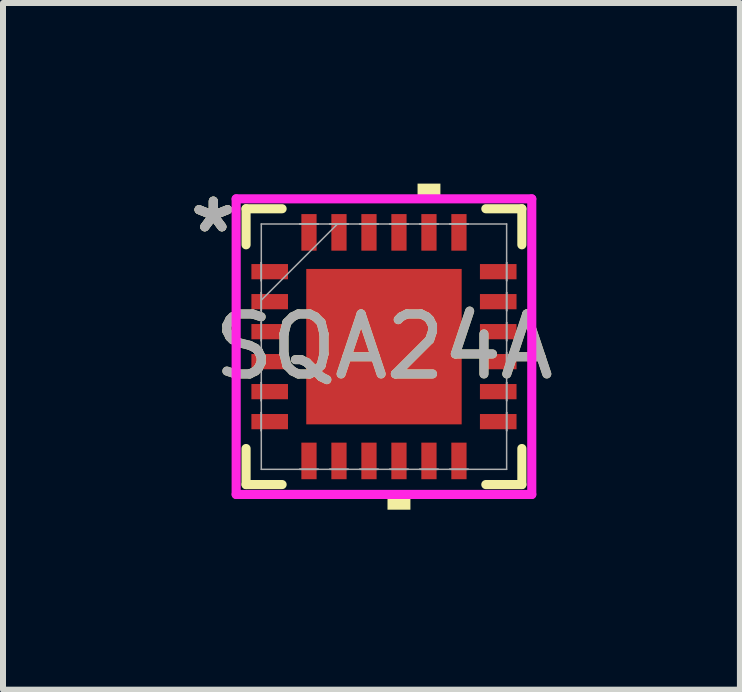
<source format=kicad_pcb>
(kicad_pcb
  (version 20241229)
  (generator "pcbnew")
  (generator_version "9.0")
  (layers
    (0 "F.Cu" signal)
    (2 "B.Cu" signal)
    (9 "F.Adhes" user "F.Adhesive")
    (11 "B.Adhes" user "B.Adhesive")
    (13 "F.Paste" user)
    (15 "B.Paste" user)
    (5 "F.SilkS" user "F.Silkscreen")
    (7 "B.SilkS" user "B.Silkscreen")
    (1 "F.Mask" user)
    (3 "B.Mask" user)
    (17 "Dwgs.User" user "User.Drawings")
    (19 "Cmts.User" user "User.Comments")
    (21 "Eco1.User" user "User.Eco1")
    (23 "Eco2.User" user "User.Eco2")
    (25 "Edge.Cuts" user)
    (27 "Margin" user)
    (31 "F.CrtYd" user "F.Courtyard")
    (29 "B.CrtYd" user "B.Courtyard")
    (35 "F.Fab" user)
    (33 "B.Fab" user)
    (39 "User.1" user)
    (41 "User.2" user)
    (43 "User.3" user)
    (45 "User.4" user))
  (footprint "SQA24A"
    (layer "F.Cu")
    (at 3.351 2.729)
    (property "Reference" "SQA24A" (at 0 0 0) (unlocked yes) (layer "F.SilkS") (effects (font (size 1 1) (thickness 0.15))))
    (attr smd)
    (fp_line (start -2.299 -2.299) (end -2.299 -1.698) (stroke (width 0.152) (type solid)) (layer "F.SilkS"))
    (fp_line (start -2.299 1.698) (end -2.299 2.299) (stroke (width 0.152) (type solid)) (layer "F.SilkS"))
    (fp_line (start -2.299 2.299) (end -1.698 2.299) (stroke (width 0.152) (type solid)) (layer "F.SilkS"))
    (fp_line (start -1.698 -2.299) (end -2.299 -2.299) (stroke (width 0.152) (type solid)) (layer "F.SilkS"))
    (fp_line (start 1.698 2.299) (end 2.299 2.299) (stroke (width 0.152) (type solid)) (layer "F.SilkS"))
    (fp_line (start 2.299 -2.299) (end 1.698 -2.299) (stroke (width 0.152) (type solid)) (layer "F.SilkS"))
    (fp_line (start 2.299 -1.698) (end 2.299 -2.299) (stroke (width 0.152) (type solid)) (layer "F.SilkS"))
    (fp_line (start 2.299 2.299) (end 2.299 1.698) (stroke (width 0.152) (type solid)) (layer "F.SilkS"))
    (fp_poly (pts (xy 0.059 2.464) (xy 0.059 2.718) (xy 0.441 2.718) (xy 0.441 2.464)) (stroke (width 0) (type solid)) (fill yes) (layer "F.SilkS"))
    (fp_poly (pts (xy 0.56 -2.464) (xy 0.56 -2.718) (xy 0.941 -2.718) (xy 0.941 -2.464)) (stroke (width 0) (type solid)) (fill yes) (layer "F.SilkS"))
    (fp_poly (pts (xy -2.413 -1.377) (xy -2.413 -1.123) (xy -1.803 -1.123) (xy -1.803 -1.377)) (stroke (width 0) (type solid)) (fill yes) (layer "F.Paste"))
    (fp_poly (pts (xy -2.413 -0.877) (xy -2.413 -0.623) (xy -1.803 -0.623) (xy -1.803 -0.877)) (stroke (width 0) (type solid)) (fill yes) (layer "F.Paste"))
    (fp_poly (pts (xy -2.413 -0.377) (xy -2.413 -0.123) (xy -1.803 -0.123) (xy -1.803 -0.377)) (stroke (width 0) (type solid)) (fill yes) (layer "F.Paste"))
    (fp_poly (pts (xy -2.413 0.123) (xy -2.413 0.377) (xy -1.803 0.377) (xy -1.803 0.123)) (stroke (width 0) (type solid)) (fill yes) (layer "F.Paste"))
    (fp_poly (pts (xy -2.413 0.623) (xy -2.413 0.877) (xy -1.803 0.877) (xy -1.803 0.623)) (stroke (width 0) (type solid)) (fill yes) (layer "F.Paste"))
    (fp_poly (pts (xy -2.413 1.123) (xy -2.413 1.377) (xy -1.803 1.377) (xy -1.803 1.123)) (stroke (width 0) (type solid)) (fill yes) (layer "F.Paste"))
    (fp_poly (pts (xy -1.377 -2.413) (xy -1.377 -1.803) (xy -1.123 -1.803) (xy -1.123 -2.413)) (stroke (width 0) (type solid)) (fill yes) (layer "F.Paste"))
    (fp_poly (pts (xy -1.377 1.803) (xy -1.377 2.413) (xy -1.123 2.413) (xy -1.123 1.803)) (stroke (width 0) (type solid)) (fill yes) (layer "F.Paste"))
    (fp_poly (pts (xy -1.192 -1.192) (xy -1.192 -0.1) (xy -0.1 -0.1) (xy -0.1 -1.192)) (stroke (width 0) (type solid)) (fill yes) (layer "F.Paste"))
    (fp_poly (pts (xy -1.192 0.1) (xy -1.192 1.192) (xy -0.1 1.192) (xy -0.1 0.1)) (stroke (width 0) (type solid)) (fill yes) (layer "F.Paste"))
    (fp_poly (pts (xy -0.877 -2.413) (xy -0.877 -1.803) (xy -0.623 -1.803) (xy -0.623 -2.413)) (stroke (width 0) (type solid)) (fill yes) (layer "F.Paste"))
    (fp_poly (pts (xy -0.877 1.803) (xy -0.877 2.413) (xy -0.623 2.413) (xy -0.623 1.803)) (stroke (width 0) (type solid)) (fill yes) (layer "F.Paste"))
    (fp_poly (pts (xy -0.377 -2.413) (xy -0.377 -1.803) (xy -0.123 -1.803) (xy -0.123 -2.413)) (stroke (width 0) (type solid)) (fill yes) (layer "F.Paste"))
    (fp_poly (pts (xy -0.377 1.803) (xy -0.377 2.413) (xy -0.123 2.413) (xy -0.123 1.803)) (stroke (width 0) (type solid)) (fill yes) (layer "F.Paste"))
    (fp_poly (pts (xy 0.1 -1.192) (xy 0.1 -0.1) (xy 1.192 -0.1) (xy 1.192 -1.192)) (stroke (width 0) (type solid)) (fill yes) (layer "F.Paste"))
    (fp_poly (pts (xy 0.1 0.1) (xy 0.1 1.192) (xy 1.192 1.192) (xy 1.192 0.1)) (stroke (width 0) (type solid)) (fill yes) (layer "F.Paste"))
    (fp_poly (pts (xy 0.123 -2.413) (xy 0.123 -1.803) (xy 0.377 -1.803) (xy 0.377 -2.413)) (stroke (width 0) (type solid)) (fill yes) (layer "F.Paste"))
    (fp_poly (pts (xy 0.123 1.803) (xy 0.123 2.413) (xy 0.377 2.413) (xy 0.377 1.803)) (stroke (width 0) (type solid)) (fill yes) (layer "F.Paste"))
    (fp_poly (pts (xy 0.623 -2.413) (xy 0.623 -1.803) (xy 0.877 -1.803) (xy 0.877 -2.413)) (stroke (width 0) (type solid)) (fill yes) (layer "F.Paste"))
    (fp_poly (pts (xy 0.623 1.803) (xy 0.623 2.413) (xy 0.877 2.413) (xy 0.877 1.803)) (stroke (width 0) (type solid)) (fill yes) (layer "F.Paste"))
    (fp_poly (pts (xy 1.123 -2.413) (xy 1.123 -1.803) (xy 1.377 -1.803) (xy 1.377 -2.413)) (stroke (width 0) (type solid)) (fill yes) (layer "F.Paste"))
    (fp_poly (pts (xy 1.123 1.803) (xy 1.123 2.413) (xy 1.377 2.413) (xy 1.377 1.803)) (stroke (width 0) (type solid)) (fill yes) (layer "F.Paste"))
    (fp_poly (pts (xy 1.803 -1.377) (xy 1.803 -1.123) (xy 2.413 -1.123) (xy 2.413 -1.377)) (stroke (width 0) (type solid)) (fill yes) (layer "F.Paste"))
    (fp_poly (pts (xy 1.803 -0.877) (xy 1.803 -0.623) (xy 2.413 -0.623) (xy 2.413 -0.877)) (stroke (width 0) (type solid)) (fill yes) (layer "F.Paste"))
    (fp_poly (pts (xy 1.803 -0.377) (xy 1.803 -0.123) (xy 2.413 -0.123) (xy 2.413 -0.377)) (stroke (width 0) (type solid)) (fill yes) (layer "F.Paste"))
    (fp_poly (pts (xy 1.803 0.123) (xy 1.803 0.377) (xy 2.413 0.377) (xy 2.413 0.123)) (stroke (width 0) (type solid)) (fill yes) (layer "F.Paste"))
    (fp_poly (pts (xy 1.803 0.623) (xy 1.803 0.877) (xy 2.413 0.877) (xy 2.413 0.623)) (stroke (width 0) (type solid)) (fill yes) (layer "F.Paste"))
    (fp_poly (pts (xy 1.803 1.123) (xy 1.803 1.377) (xy 2.413 1.377) (xy 2.413 1.123)) (stroke (width 0) (type solid)) (fill yes) (layer "F.Paste"))
    (fp_line (start -2.464 -2.464) (end 2.464 -2.464) (stroke (width 0.152) (type solid)) (layer "F.CrtYd"))
    (fp_line (start -2.464 2.464) (end -2.464 -2.464) (stroke (width 0.152) (type solid)) (layer "F.CrtYd"))
    (fp_line (start 2.464 -2.464) (end 2.464 2.464) (stroke (width 0.152) (type solid)) (layer "F.CrtYd"))
    (fp_line (start 2.464 2.464) (end -2.464 2.464) (stroke (width 0.152) (type solid)) (layer "F.CrtYd"))
    (fp_line (start -2.045 -2.045) (end -2.045 2.045) (stroke (width 0.025) (type solid)) (layer "F.Fab"))
    (fp_line (start -2.045 -1.402) (end -2.045 -1.402) (stroke (width 0.025) (type solid)) (layer "F.Fab"))
    (fp_line (start -2.045 -1.402) (end -2.045 -1.098) (stroke (width 0.025) (type solid)) (layer "F.Fab"))
    (fp_line (start -2.045 -1.098) (end -2.045 -1.402) (stroke (width 0.025) (type solid)) (layer "F.Fab"))
    (fp_line (start -2.045 -1.098) (end -2.045 -1.098) (stroke (width 0.025) (type solid)) (layer "F.Fab"))
    (fp_line (start -2.045 -0.902) (end -2.045 -0.902) (stroke (width 0.025) (type solid)) (layer "F.Fab"))
    (fp_line (start -2.045 -0.902) (end -2.045 -0.598) (stroke (width 0.025) (type solid)) (layer "F.Fab"))
    (fp_line (start -2.045 -0.775) (end -0.775 -2.045) (stroke (width 0.025) (type solid)) (layer "F.Fab"))
    (fp_line (start -2.045 -0.598) (end -2.045 -0.902) (stroke (width 0.025) (type solid)) (layer "F.Fab"))
    (fp_line (start -2.045 -0.598) (end -2.045 -0.598) (stroke (width 0.025) (type solid)) (layer "F.Fab"))
    (fp_line (start -2.045 -0.402) (end -2.045 -0.402) (stroke (width 0.025) (type solid)) (layer "F.Fab"))
    (fp_line (start -2.045 -0.402) (end -2.045 -0.098) (stroke (width 0.025) (type solid)) (layer "F.Fab"))
    (fp_line (start -2.045 -0.098) (end -2.045 -0.402) (stroke (width 0.025) (type solid)) (layer "F.Fab"))
    (fp_line (start -2.045 -0.098) (end -2.045 -0.098) (stroke (width 0.025) (type solid)) (layer "F.Fab"))
    (fp_line (start -2.045 0.098) (end -2.045 0.098) (stroke (width 0.025) (type solid)) (layer "F.Fab"))
    (fp_line (start -2.045 0.098) (end -2.045 0.402) (stroke (width 0.025) (type solid)) (layer "F.Fab"))
    (fp_line (start -2.045 0.402) (end -2.045 0.098) (stroke (width 0.025) (type solid)) (layer "F.Fab"))
    (fp_line (start -2.045 0.402) (end -2.045 0.402) (stroke (width 0.025) (type solid)) (layer "F.Fab"))
    (fp_line (start -2.045 0.598) (end -2.045 0.598) (stroke (width 0.025) (type solid)) (layer "F.Fab"))
    (fp_line (start -2.045 0.598) (end -2.045 0.902) (stroke (width 0.025) (type solid)) (layer "F.Fab"))
    (fp_line (start -2.045 0.902) (end -2.045 0.598) (stroke (width 0.025) (type solid)) (layer "F.Fab"))
    (fp_line (start -2.045 0.902) (end -2.045 0.902) (stroke (width 0.025) (type solid)) (layer "F.Fab"))
    (fp_line (start -2.045 1.098) (end -2.045 1.098) (stroke (width 0.025) (type solid)) (layer "F.Fab"))
    (fp_line (start -2.045 1.098) (end -2.045 1.402) (stroke (width 0.025) (type solid)) (layer "F.Fab"))
    (fp_line (start -2.045 1.402) (end -2.045 1.098) (stroke (width 0.025) (type solid)) (layer "F.Fab"))
    (fp_line (start -2.045 1.402) (end -2.045 1.402) (stroke (width 0.025) (type solid)) (layer "F.Fab"))
    (fp_line (start -2.045 2.045) (end 2.045 2.045) (stroke (width 0.025) (type solid)) (layer "F.Fab"))
    (fp_line (start -1.402 -2.045) (end -1.402 -2.045) (stroke (width 0.025) (type solid)) (layer "F.Fab"))
    (fp_line (start -1.402 -2.045) (end -1.098 -2.045) (stroke (width 0.025) (type solid)) (layer "F.Fab"))
    (fp_line (start -1.402 2.045) (end -1.402 2.045) (stroke (width 0.025) (type solid)) (layer "F.Fab"))
    (fp_line (start -1.402 2.045) (end -1.098 2.045) (stroke (width 0.025) (type solid)) (layer "F.Fab"))
    (fp_line (start -1.098 -2.045) (end -1.402 -2.045) (stroke (width 0.025) (type solid)) (layer "F.Fab"))
    (fp_line (start -1.098 -2.045) (end -1.098 -2.045) (stroke (width 0.025) (type solid)) (layer "F.Fab"))
    (fp_line (start -1.098 2.045) (end -1.402 2.045) (stroke (width 0.025) (type solid)) (layer "F.Fab"))
    (fp_line (start -1.098 2.045) (end -1.098 2.045) (stroke (width 0.025) (type solid)) (layer "F.Fab"))
    (fp_line (start -0.902 -2.045) (end -0.902 -2.045) (stroke (width 0.025) (type solid)) (layer "F.Fab"))
    (fp_line (start -0.902 -2.045) (end -0.598 -2.045) (stroke (width 0.025) (type solid)) (layer "F.Fab"))
    (fp_line (start -0.902 2.045) (end -0.902 2.045) (stroke (width 0.025) (type solid)) (layer "F.Fab"))
    (fp_line (start -0.902 2.045) (end -0.598 2.045) (stroke (width 0.025) (type solid)) (layer "F.Fab"))
    (fp_line (start -0.598 -2.045) (end -0.902 -2.045) (stroke (width 0.025) (type solid)) (layer "F.Fab"))
    (fp_line (start -0.598 -2.045) (end -0.598 -2.045) (stroke (width 0.025) (type solid)) (layer "F.Fab"))
    (fp_line (start -0.598 2.045) (end -0.902 2.045) (stroke (width 0.025) (type solid)) (layer "F.Fab"))
    (fp_line (start -0.598 2.045) (end -0.598 2.045) (stroke (width 0.025) (type solid)) (layer "F.Fab"))
    (fp_line (start -0.402 -2.045) (end -0.402 -2.045) (stroke (width 0.025) (type solid)) (layer "F.Fab"))
    (fp_line (start -0.402 -2.045) (end -0.098 -2.045) (stroke (width 0.025) (type solid)) (layer "F.Fab"))
    (fp_line (start -0.402 2.045) (end -0.402 2.045) (stroke (width 0.025) (type solid)) (layer "F.Fab"))
    (fp_line (start -0.402 2.045) (end -0.098 2.045) (stroke (width 0.025) (type solid)) (layer "F.Fab"))
    (fp_line (start -0.098 -2.045) (end -0.402 -2.045) (stroke (width 0.025) (type solid)) (layer "F.Fab"))
    (fp_line (start -0.098 -2.045) (end -0.098 -2.045) (stroke (width 0.025) (type solid)) (layer "F.Fab"))
    (fp_line (start -0.098 2.045) (end -0.402 2.045) (stroke (width 0.025) (type solid)) (layer "F.Fab"))
    (fp_line (start -0.098 2.045) (end -0.098 2.045) (stroke (width 0.025) (type solid)) (layer "F.Fab"))
    (fp_line (start 0.098 -2.045) (end 0.098 -2.045) (stroke (width 0.025) (type solid)) (layer "F.Fab"))
    (fp_line (start 0.098 -2.045) (end 0.402 -2.045) (stroke (width 0.025) (type solid)) (layer "F.Fab"))
    (fp_line (start 0.098 2.045) (end 0.098 2.045) (stroke (width 0.025) (type solid)) (layer "F.Fab"))
    (fp_line (start 0.098 2.045) (end 0.402 2.045) (stroke (width 0.025) (type solid)) (layer "F.Fab"))
    (fp_line (start 0.402 -2.045) (end 0.098 -2.045) (stroke (width 0.025) (type solid)) (layer "F.Fab"))
    (fp_line (start 0.402 -2.045) (end 0.402 -2.045) (stroke (width 0.025) (type solid)) (layer "F.Fab"))
    (fp_line (start 0.402 2.045) (end 0.098 2.045) (stroke (width 0.025) (type solid)) (layer "F.Fab"))
    (fp_line (start 0.402 2.045) (end 0.402 2.045) (stroke (width 0.025) (type solid)) (layer "F.Fab"))
    (fp_line (start 0.598 -2.045) (end 0.598 -2.045) (stroke (width 0.025) (type solid)) (layer "F.Fab"))
    (fp_line (start 0.598 -2.045) (end 0.902 -2.045) (stroke (width 0.025) (type solid)) (layer "F.Fab"))
    (fp_line (start 0.598 2.045) (end 0.598 2.045) (stroke (width 0.025) (type solid)) (layer "F.Fab"))
    (fp_line (start 0.598 2.045) (end 0.902 2.045) (stroke (width 0.025) (type solid)) (layer "F.Fab"))
    (fp_line (start 0.902 -2.045) (end 0.598 -2.045) (stroke (width 0.025) (type solid)) (layer "F.Fab"))
    (fp_line (start 0.902 -2.045) (end 0.902 -2.045) (stroke (width 0.025) (type solid)) (layer "F.Fab"))
    (fp_line (start 0.902 2.045) (end 0.598 2.045) (stroke (width 0.025) (type solid)) (layer "F.Fab"))
    (fp_line (start 0.902 2.045) (end 0.902 2.045) (stroke (width 0.025) (type solid)) (layer "F.Fab"))
    (fp_line (start 1.098 -2.045) (end 1.098 -2.045) (stroke (width 0.025) (type solid)) (layer "F.Fab"))
    (fp_line (start 1.098 -2.045) (end 1.402 -2.045) (stroke (width 0.025) (type solid)) (layer "F.Fab"))
    (fp_line (start 1.098 2.045) (end 1.098 2.045) (stroke (width 0.025) (type solid)) (layer "F.Fab"))
    (fp_line (start 1.098 2.045) (end 1.402 2.045) (stroke (width 0.025) (type solid)) (layer "F.Fab"))
    (fp_line (start 1.402 -2.045) (end 1.098 -2.045) (stroke (width 0.025) (type solid)) (layer "F.Fab"))
    (fp_line (start 1.402 -2.045) (end 1.402 -2.045) (stroke (width 0.025) (type solid)) (layer "F.Fab"))
    (fp_line (start 1.402 2.045) (end 1.098 2.045) (stroke (width 0.025) (type solid)) (layer "F.Fab"))
    (fp_line (start 1.402 2.045) (end 1.402 2.045) (stroke (width 0.025) (type solid)) (layer "F.Fab"))
    (fp_line (start 2.045 -2.045) (end -2.045 -2.045) (stroke (width 0.025) (type solid)) (layer "F.Fab"))
    (fp_line (start 2.045 -1.402) (end 2.045 -1.402) (stroke (width 0.025) (type solid)) (layer "F.Fab"))
    (fp_line (start 2.045 -1.402) (end 2.045 -1.098) (stroke (width 0.025) (type solid)) (layer "F.Fab"))
    (fp_line (start 2.045 -1.098) (end 2.045 -1.402) (stroke (width 0.025) (type solid)) (layer "F.Fab"))
    (fp_line (start 2.045 -1.098) (end 2.045 -1.098) (stroke (width 0.025) (type solid)) (layer "F.Fab"))
    (fp_line (start 2.045 -0.902) (end 2.045 -0.902) (stroke (width 0.025) (type solid)) (layer "F.Fab"))
    (fp_line (start 2.045 -0.902) (end 2.045 -0.598) (stroke (width 0.025) (type solid)) (layer "F.Fab"))
    (fp_line (start 2.045 -0.598) (end 2.045 -0.902) (stroke (width 0.025) (type solid)) (layer "F.Fab"))
    (fp_line (start 2.045 -0.598) (end 2.045 -0.598) (stroke (width 0.025) (type solid)) (layer "F.Fab"))
    (fp_line (start 2.045 -0.402) (end 2.045 -0.402) (stroke (width 0.025) (type solid)) (layer "F.Fab"))
    (fp_line (start 2.045 -0.402) (end 2.045 -0.098) (stroke (width 0.025) (type solid)) (layer "F.Fab"))
    (fp_line (start 2.045 -0.098) (end 2.045 -0.402) (stroke (width 0.025) (type solid)) (layer "F.Fab"))
    (fp_line (start 2.045 -0.098) (end 2.045 -0.098) (stroke (width 0.025) (type solid)) (layer "F.Fab"))
    (fp_line (start 2.045 0.098) (end 2.045 0.098) (stroke (width 0.025) (type solid)) (layer "F.Fab"))
    (fp_line (start 2.045 0.098) (end 2.045 0.402) (stroke (width 0.025) (type solid)) (layer "F.Fab"))
    (fp_line (start 2.045 0.402) (end 2.045 0.098) (stroke (width 0.025) (type solid)) (layer "F.Fab"))
    (fp_line (start 2.045 0.402) (end 2.045 0.402) (stroke (width 0.025) (type solid)) (layer "F.Fab"))
    (fp_line (start 2.045 0.598) (end 2.045 0.598) (stroke (width 0.025) (type solid)) (layer "F.Fab"))
    (fp_line (start 2.045 0.598) (end 2.045 0.902) (stroke (width 0.025) (type solid)) (layer "F.Fab"))
    (fp_line (start 2.045 0.902) (end 2.045 0.598) (stroke (width 0.025) (type solid)) (layer "F.Fab"))
    (fp_line (start 2.045 0.902) (end 2.045 0.902) (stroke (width 0.025) (type solid)) (layer "F.Fab"))
    (fp_line (start 2.045 1.098) (end 2.045 1.098) (stroke (width 0.025) (type solid)) (layer "F.Fab"))
    (fp_line (start 2.045 1.098) (end 2.045 1.402) (stroke (width 0.025) (type solid)) (layer "F.Fab"))
    (fp_line (start 2.045 1.402) (end 2.045 1.098) (stroke (width 0.025) (type solid)) (layer "F.Fab"))
    (fp_line (start 2.045 1.402) (end 2.045 1.402) (stroke (width 0.025) (type solid)) (layer "F.Fab"))
    (fp_line (start 2.045 2.045) (end 2.045 -2.045) (stroke (width 0.025) (type solid)) (layer "F.Fab"))
    (fp_text user "*" (at -2.845 -1.881 0) (unlocked yes) (layer "F.SilkS") (effects (font (size 1 1) (thickness 0.15))))
    (fp_text user "*" (at -2.845 -1.881 0) (layer "F.SilkS") (effects (font (size 1 1) (thickness 0.15))))
    (fp_text user "${REFERENCE}" (at 0 0 0) (unlocked yes) (layer "F.Fab") (effects (font (size 1 1) (thickness 0.15))))
    (fp_text user "*" (at -2.845 -1.881 0) (unlocked yes) (layer "F.Fab") (effects (font (size 1 1) (thickness 0.15))))
    (fp_text user "*" (at -2.845 -1.881 0) (layer "F.Fab") (effects (font (size 1 1) (thickness 0.15))))
    (pad "1" smd rect (at -1.905 -1.25 90) (size 0.254 0.61) (layers "F.Cu" "F.Mask"))
    (pad "2" smd rect (at -1.905 -0.75 90) (size 0.254 0.61) (layers "F.Cu" "F.Mask"))
    (pad "3" smd rect (at -1.905 -0.25 90) (size 0.254 0.61) (layers "F.Cu" "F.Mask"))
    (pad "4" smd rect (at -1.905 0.25 90) (size 0.254 0.61) (layers "F.Cu" "F.Mask"))
    (pad "5" smd rect (at -1.905 0.75 90) (size 0.254 0.61) (layers "F.Cu" "F.Mask"))
    (pad "6" smd rect (at -1.905 1.25 90) (size 0.254 0.61) (layers "F.Cu" "F.Mask"))
    (pad "7" smd rect (at -1.25 1.905) (size 0.254 0.61) (layers "F.Cu" "F.Mask"))
    (pad "8" smd rect (at -0.75 1.905) (size 0.254 0.61) (layers "F.Cu" "F.Mask"))
    (pad "9" smd rect (at -0.25 1.905) (size 0.254 0.61) (layers "F.Cu" "F.Mask"))
    (pad "10" smd rect (at 0.25 1.905) (size 0.254 0.61) (layers "F.Cu" "F.Mask"))
    (pad "11" smd rect (at 0.75 1.905) (size 0.254 0.61) (layers "F.Cu" "F.Mask"))
    (pad "12" smd rect (at 1.25 1.905) (size 0.254 0.61) (layers "F.Cu" "F.Mask"))
    (pad "13" smd rect (at 1.905 1.25 90) (size 0.254 0.61) (layers "F.Cu" "F.Mask"))
    (pad "14" smd rect (at 1.905 0.75 90) (size 0.254 0.61) (layers "F.Cu" "F.Mask"))
    (pad "15" smd rect (at 1.905 0.25 90) (size 0.254 0.61) (layers "F.Cu" "F.Mask"))
    (pad "16" smd rect (at 1.905 -0.25 90) (size 0.254 0.61) (layers "F.Cu" "F.Mask"))
    (pad "17" smd rect (at 1.905 -0.75 90) (size 0.254 0.61) (layers "F.Cu" "F.Mask"))
    (pad "18" smd rect (at 1.905 -1.25 90) (size 0.254 0.61) (layers "F.Cu" "F.Mask"))
    (pad "19" smd rect (at 1.25 -1.905) (size 0.254 0.61) (layers "F.Cu" "F.Mask"))
    (pad "20" smd rect (at 0.75 -1.905) (size 0.254 0.61) (layers "F.Cu" "F.Mask"))
    (pad "21" smd rect (at 0.25 -1.905) (size 0.254 0.61) (layers "F.Cu" "F.Mask"))
    (pad "22" smd rect (at -0.25 -1.905) (size 0.254 0.61) (layers "F.Cu" "F.Mask"))
    (pad "23" smd rect (at -0.75 -1.905) (size 0.254 0.61) (layers "F.Cu" "F.Mask"))
    (pad "24" smd rect (at -1.25 -1.905) (size 0.254 0.61) (layers "F.Cu" "F.Mask"))
    (pad "25" smd rect (at 0 0) (size 2.591 2.591) (layers "F.Cu" "F.Mask")))
  (gr_rect
    (start -3 -3)
    (end 9.285 8.447)
    (stroke (width 0.1) (type default))
    (fill no)
    (layer "Edge.Cuts")))
</source>
